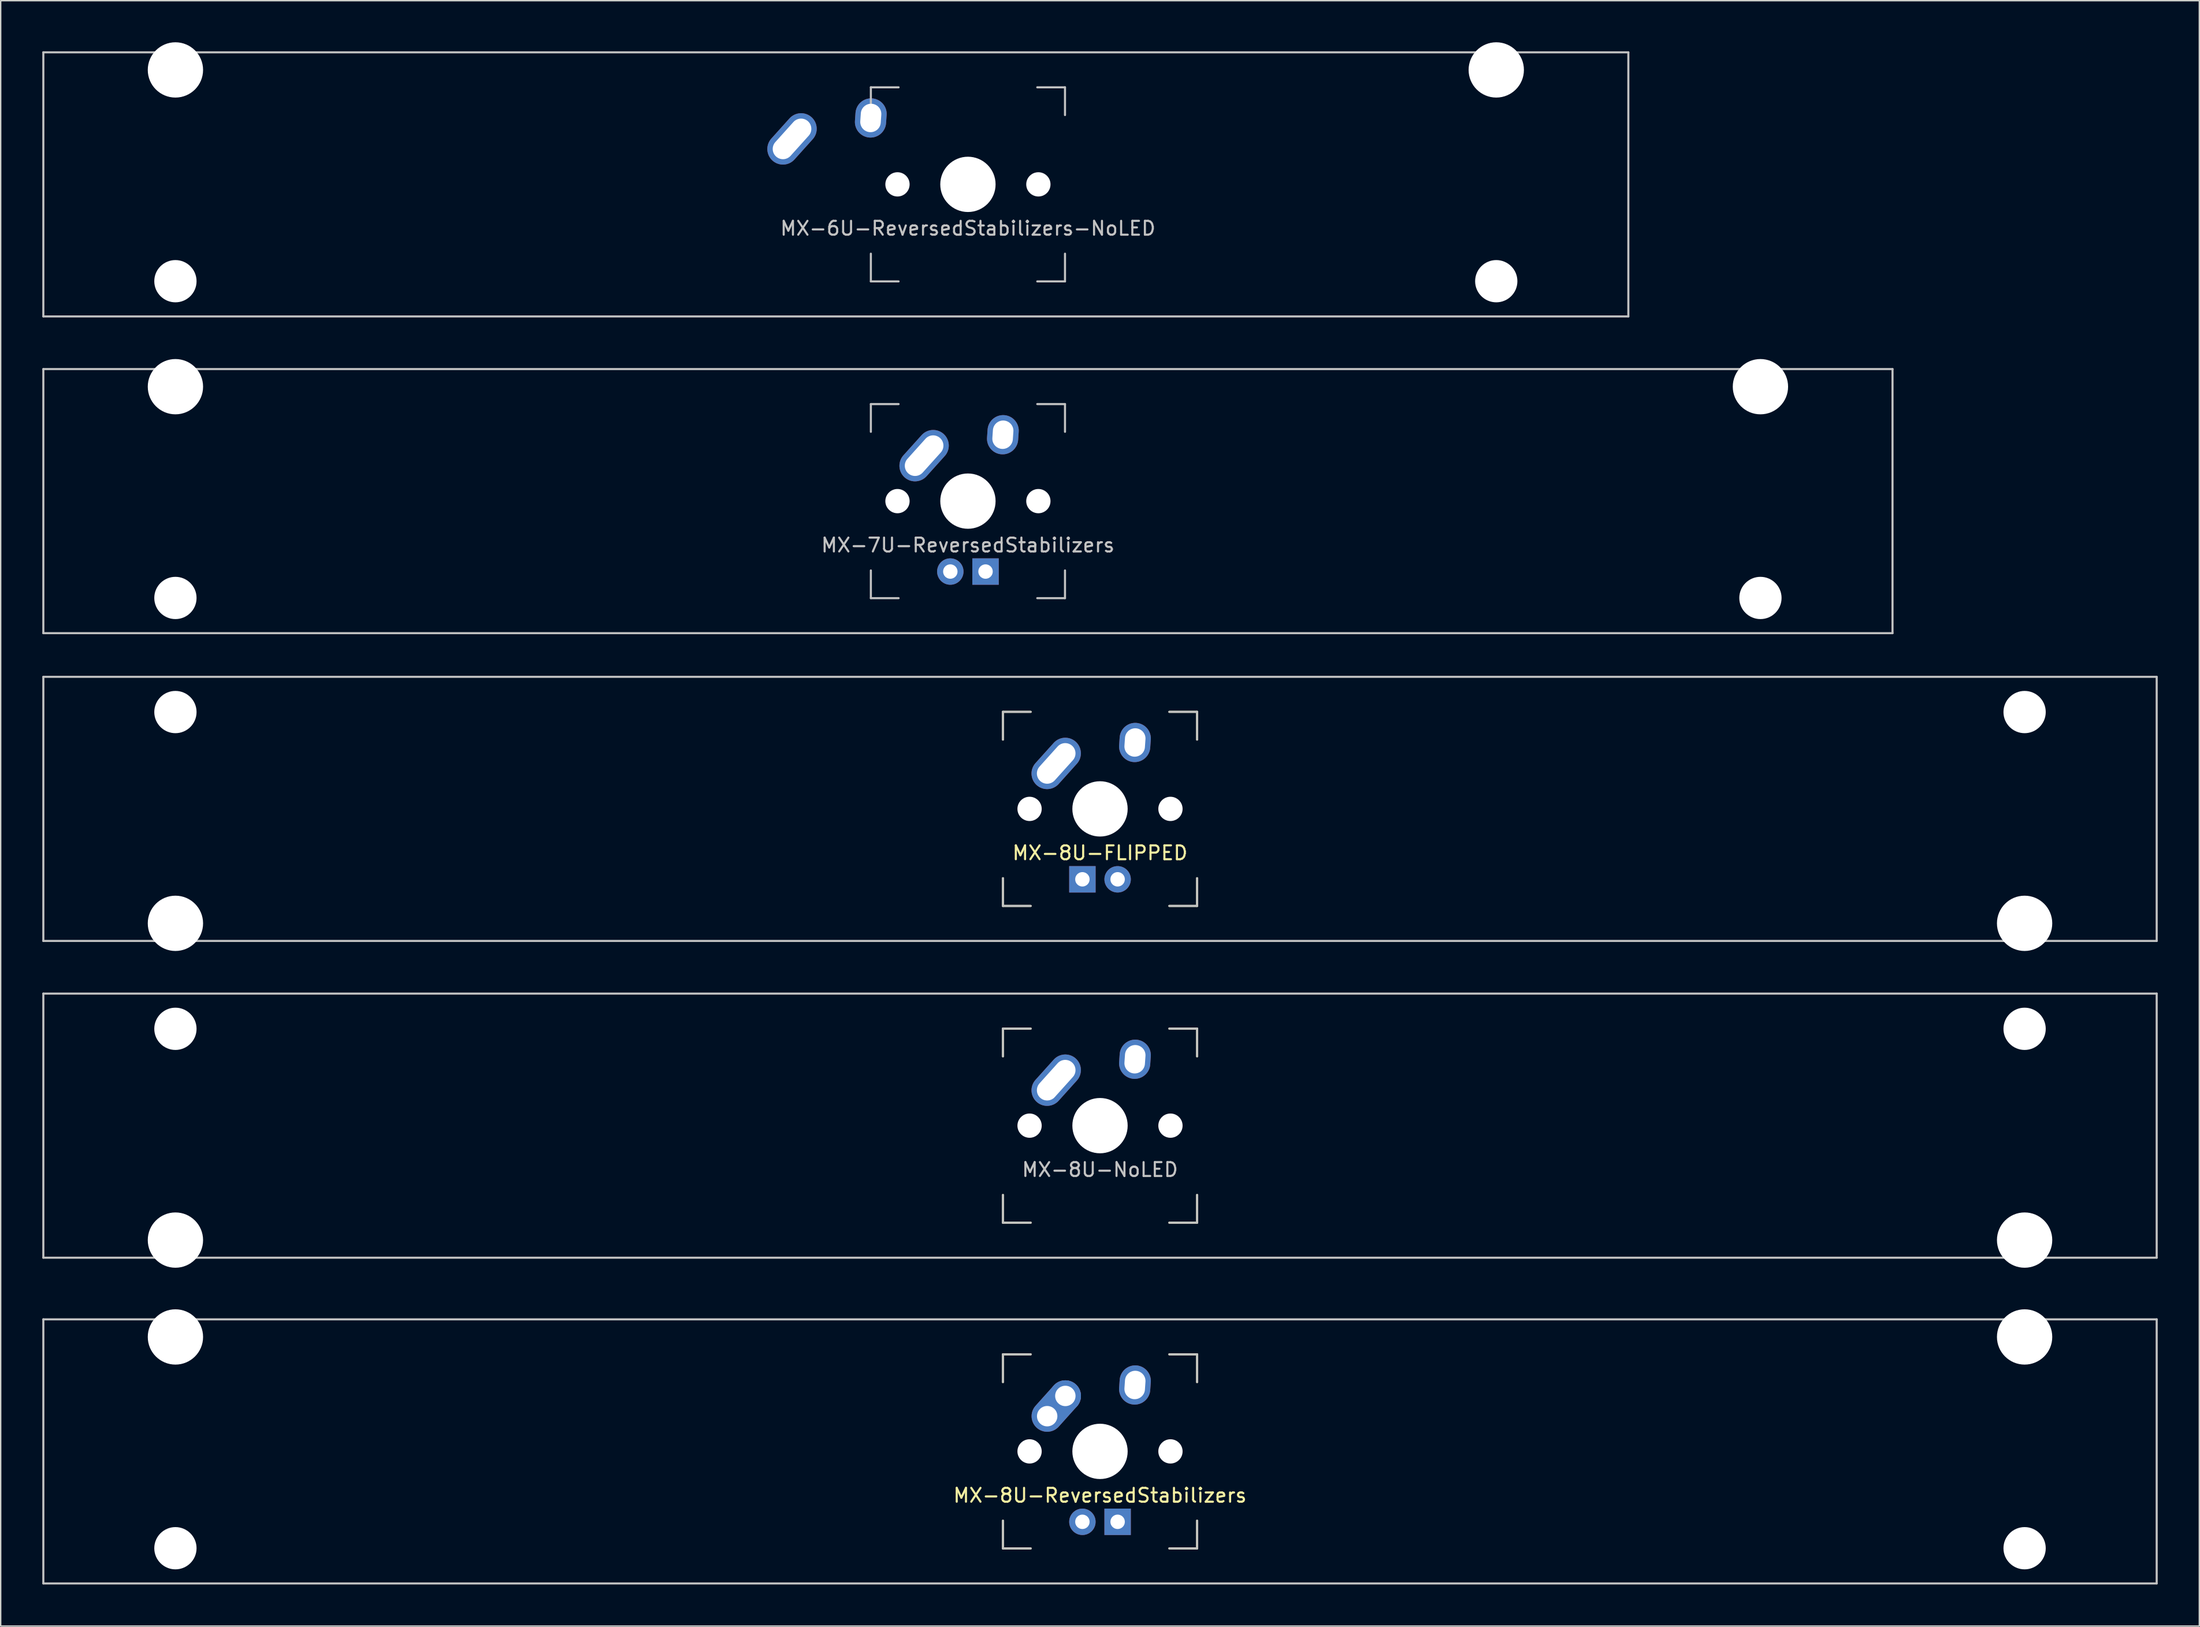
<source format=kicad_pcb>
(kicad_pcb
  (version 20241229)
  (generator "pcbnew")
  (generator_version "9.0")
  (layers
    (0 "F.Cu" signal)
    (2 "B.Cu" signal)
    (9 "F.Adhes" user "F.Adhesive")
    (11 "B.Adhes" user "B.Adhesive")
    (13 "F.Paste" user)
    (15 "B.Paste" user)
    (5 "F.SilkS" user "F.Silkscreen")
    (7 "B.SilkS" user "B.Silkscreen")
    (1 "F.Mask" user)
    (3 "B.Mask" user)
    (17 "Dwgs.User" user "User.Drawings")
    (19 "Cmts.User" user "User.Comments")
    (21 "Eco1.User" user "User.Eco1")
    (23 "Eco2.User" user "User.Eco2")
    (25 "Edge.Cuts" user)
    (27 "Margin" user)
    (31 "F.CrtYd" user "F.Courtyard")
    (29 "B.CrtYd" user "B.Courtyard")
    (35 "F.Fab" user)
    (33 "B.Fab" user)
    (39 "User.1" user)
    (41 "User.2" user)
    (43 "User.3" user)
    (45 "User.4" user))
  (footprint "MX-8U-NoLED"
    (layer "F.Cu")
    (at 76.275 78.147)
    (property "Reference" "MX-8U-NoLED" (at 0 3.175 0) (layer "Dwgs.User") (effects (font (size 1 1) (thickness 0.15))))
    (attr through_hole)
    (fp_line (start -7 -7) (end -7 -5) (stroke (width 0.15) (type solid)) (layer "F.SilkS"))
    (fp_line (start -7 5) (end -7 7) (stroke (width 0.15) (type solid)) (layer "F.SilkS"))
    (fp_line (start -7 7) (end -5 7) (stroke (width 0.15) (type solid)) (layer "F.SilkS"))
    (fp_line (start -5 -7) (end -7 -7) (stroke (width 0.15) (type solid)) (layer "F.SilkS"))
    (fp_line (start 5 -7) (end 7 -7) (stroke (width 0.15) (type solid)) (layer "F.SilkS"))
    (fp_line (start 5 7) (end 7 7) (stroke (width 0.15) (type solid)) (layer "F.SilkS"))
    (fp_line (start 7 -7) (end 7 -5) (stroke (width 0.15) (type solid)) (layer "F.SilkS"))
    (fp_line (start 7 7) (end 7 5) (stroke (width 0.15) (type solid)) (layer "F.SilkS"))
    (fp_line (start -76.2 -9.525) (end 76.2 -9.525) (stroke (width 0.15) (type solid)) (layer "Dwgs.User"))
    (fp_line (start -76.2 9.525) (end -76.2 -9.525) (stroke (width 0.15) (type solid)) (layer "Dwgs.User"))
    (fp_line (start -76.2 9.525) (end 76.2 9.525) (stroke (width 0.15) (type solid)) (layer "Dwgs.User"))
    (fp_line (start -7 -7) (end -7 -5) (stroke (width 0.15) (type solid)) (layer "Dwgs.User"))
    (fp_line (start -7 5) (end -7 7) (stroke (width 0.15) (type solid)) (layer "Dwgs.User"))
    (fp_line (start -7 7) (end -5 7) (stroke (width 0.15) (type solid)) (layer "Dwgs.User"))
    (fp_line (start -5 -7) (end -7 -7) (stroke (width 0.15) (type solid)) (layer "Dwgs.User"))
    (fp_line (start 5 -7) (end 7 -7) (stroke (width 0.15) (type solid)) (layer "Dwgs.User"))
    (fp_line (start 5 7) (end 7 7) (stroke (width 0.15) (type solid)) (layer "Dwgs.User"))
    (fp_line (start 7 -7) (end 7 -5) (stroke (width 0.15) (type solid)) (layer "Dwgs.User"))
    (fp_line (start 7 7) (end 7 5) (stroke (width 0.15) (type solid)) (layer "Dwgs.User"))
    (fp_line (start 76.2 -9.525) (end 76.2 9.525) (stroke (width 0.15) (type solid)) (layer "Dwgs.User"))
    (pad "" np_thru_hole circle (at -66.675 -6.985) (size 3.048 3.048) (drill 3.048) (layers "*.Cu" "*.Mask"))
    (pad "" np_thru_hole circle (at -66.675 8.255) (size 3.988 3.988) (drill 3.988) (layers "*.Cu" "*.Mask"))
    (pad "" np_thru_hole circle (at -5.08 0 48.1) (size 1.75 1.75) (drill 1.75) (layers "*.Cu" "*.Mask"))
    (pad "" np_thru_hole circle (at 0 0) (size 3.988 3.988) (drill 3.988) (layers "*.Cu" "*.Mask"))
    (pad "" np_thru_hole circle (at 5.08 0 48.1) (size 1.75 1.75) (drill 1.75) (layers "*.Cu" "*.Mask"))
    (pad "" np_thru_hole circle (at 66.675 -6.985) (size 3.048 3.048) (drill 3.048) (layers "*.Cu" "*.Mask"))
    (pad "" np_thru_hole circle (at 66.675 8.255) (size 3.988 3.988) (drill 3.988) (layers "*.Cu" "*.Mask"))
    (pad "1" thru_hole oval (at -3.16 -3.28 48) (size 4.21 2.25) (drill oval 3.43 1.48) (layers "*.Cu" "B.Mask"))
    (pad "2" thru_hole oval (at 2.52 -4.79 86) (size 2.831 2.25) (drill oval 2.051 1.48) (layers "*.Cu" "B.Mask")))
  (footprint "MX-7U-ReversedStabilizers"
    (layer "F.Cu")
    (at 66.75 33.098)
    (property "Reference" "MX-7U-ReversedStabilizers" (at 0 3.175 0) (layer "Dwgs.User") (effects (font (size 1 1) (thickness 0.15))))
    (attr through_hole)
    (fp_line (start -66.675 -9.525) (end 66.675 -9.525) (stroke (width 0.15) (type solid)) (layer "Dwgs.User"))
    (fp_line (start -66.675 9.525) (end -66.675 -9.525) (stroke (width 0.15) (type solid)) (layer "Dwgs.User"))
    (fp_line (start -66.675 9.525) (end 66.675 9.525) (stroke (width 0.15) (type solid)) (layer "Dwgs.User"))
    (fp_line (start -7 -7) (end -7 -5) (stroke (width 0.15) (type solid)) (layer "Dwgs.User"))
    (fp_line (start -7 5) (end -7 7) (stroke (width 0.15) (type solid)) (layer "Dwgs.User"))
    (fp_line (start -7 7) (end -5 7) (stroke (width 0.15) (type solid)) (layer "Dwgs.User"))
    (fp_line (start -5 -7) (end -7 -7) (stroke (width 0.15) (type solid)) (layer "Dwgs.User"))
    (fp_line (start 5 -7) (end 7 -7) (stroke (width 0.15) (type solid)) (layer "Dwgs.User"))
    (fp_line (start 5 7) (end 7 7) (stroke (width 0.15) (type solid)) (layer "Dwgs.User"))
    (fp_line (start 7 -7) (end 7 -5) (stroke (width 0.15) (type solid)) (layer "Dwgs.User"))
    (fp_line (start 7 7) (end 7 5) (stroke (width 0.15) (type solid)) (layer "Dwgs.User"))
    (fp_line (start 66.675 -9.525) (end 66.675 9.525) (stroke (width 0.15) (type solid)) (layer "Dwgs.User"))
    (pad "" np_thru_hole circle (at -57.15 -8.255) (size 3.988 3.988) (drill 3.988) (layers "*.Cu" "*.Mask"))
    (pad "" np_thru_hole circle (at -57.15 6.985) (size 3.048 3.048) (drill 3.048) (layers "*.Cu" "*.Mask"))
    (pad "" np_thru_hole circle (at -5.08 0 48.1) (size 1.75 1.75) (drill 1.75) (layers "*.Cu" "*.Mask"))
    (pad "" np_thru_hole circle (at 0 0) (size 3.988 3.988) (drill 3.988) (layers "*.Cu" "*.Mask"))
    (pad "" np_thru_hole circle (at 5.08 0 48.1) (size 1.75 1.75) (drill 1.75) (layers "*.Cu" "*.Mask"))
    (pad "" np_thru_hole circle (at 57.15 -8.255) (size 3.988 3.988) (drill 3.988) (layers "*.Cu" "*.Mask"))
    (pad "" np_thru_hole circle (at 57.15 6.985) (size 3.048 3.048) (drill 3.048) (layers "*.Cu" "*.Mask"))
    (pad "1" thru_hole oval (at -3.16 -3.28 48) (size 4.21 2.25) (drill oval 3.43 1.48) (layers "*.Cu" "B.Mask"))
    (pad "2" thru_hole oval (at 2.52 -4.79 86) (size 2.831 2.25) (drill oval 2.051 1.48) (layers "*.Cu" "B.Mask"))
    (pad "3" thru_hole circle (at -1.27 5.08) (size 1.905 1.905) (drill 1.04) (layers "*.Cu" "B.Mask"))
    (pad "4" thru_hole rect (at 1.27 5.08) (size 1.905 1.905) (drill 1.04) (layers "*.Cu" "B.Mask")))
  (footprint "MX-8U-FLIPPED"
    (layer "F.Cu")
    (at 76.275 55.298)
    (property "Reference" "MX-8U-FLIPPED" (at 0 3.175 0) (layer "F.SilkS") (effects (font (size 1 1) (thickness 0.15))))
    (attr through_hole)
    (fp_line (start -7 -7) (end -7 -5) (stroke (width 0.15) (type solid)) (layer "F.SilkS"))
    (fp_line (start -7 5) (end -7 7) (stroke (width 0.15) (type solid)) (layer "F.SilkS"))
    (fp_line (start -7 7) (end -5 7) (stroke (width 0.15) (type solid)) (layer "F.SilkS"))
    (fp_line (start -5 -7) (end -7 -7) (stroke (width 0.15) (type solid)) (layer "F.SilkS"))
    (fp_line (start 5 -7) (end 7 -7) (stroke (width 0.15) (type solid)) (layer "F.SilkS"))
    (fp_line (start 5 7) (end 7 7) (stroke (width 0.15) (type solid)) (layer "F.SilkS"))
    (fp_line (start 7 -7) (end 7 -5) (stroke (width 0.15) (type solid)) (layer "F.SilkS"))
    (fp_line (start 7 7) (end 7 5) (stroke (width 0.15) (type solid)) (layer "F.SilkS"))
    (fp_line (start -76.2 -9.525) (end 76.2 -9.525) (stroke (width 0.15) (type solid)) (layer "Dwgs.User"))
    (fp_line (start -76.2 9.525) (end -76.2 -9.525) (stroke (width 0.15) (type solid)) (layer "Dwgs.User"))
    (fp_line (start -76.2 9.525) (end 76.2 9.525) (stroke (width 0.15) (type solid)) (layer "Dwgs.User"))
    (fp_line (start -7 -7) (end -7 -5) (stroke (width 0.15) (type solid)) (layer "Dwgs.User"))
    (fp_line (start -7 5) (end -7 7) (stroke (width 0.15) (type solid)) (layer "Dwgs.User"))
    (fp_line (start -7 7) (end -5 7) (stroke (width 0.15) (type solid)) (layer "Dwgs.User"))
    (fp_line (start -5 -7) (end -7 -7) (stroke (width 0.15) (type solid)) (layer "Dwgs.User"))
    (fp_line (start 5 -7) (end 7 -7) (stroke (width 0.15) (type solid)) (layer "Dwgs.User"))
    (fp_line (start 5 7) (end 7 7) (stroke (width 0.15) (type solid)) (layer "Dwgs.User"))
    (fp_line (start 7 -7) (end 7 -5) (stroke (width 0.15) (type solid)) (layer "Dwgs.User"))
    (fp_line (start 7 7) (end 7 5) (stroke (width 0.15) (type solid)) (layer "Dwgs.User"))
    (fp_line (start 76.2 -9.525) (end 76.2 9.525) (stroke (width 0.15) (type solid)) (layer "Dwgs.User"))
    (pad "" np_thru_hole circle (at -66.675 -6.985) (size 3.048 3.048) (drill 3.048) (layers "*.Cu" "*.Mask"))
    (pad "" np_thru_hole circle (at -66.675 8.255) (size 3.988 3.988) (drill 3.988) (layers "*.Cu" "*.Mask"))
    (pad "" np_thru_hole circle (at -5.08 0 48.1) (size 1.75 1.75) (drill 1.75) (layers "*.Cu" "*.Mask"))
    (pad "" np_thru_hole circle (at 0 0) (size 3.988 3.988) (drill 3.988) (layers "*.Cu" "*.Mask"))
    (pad "" np_thru_hole circle (at 5.08 0 48.1) (size 1.75 1.75) (drill 1.75) (layers "*.Cu" "*.Mask"))
    (pad "" np_thru_hole circle (at 66.675 -6.985) (size 3.048 3.048) (drill 3.048) (layers "*.Cu" "*.Mask"))
    (pad "" np_thru_hole circle (at 66.675 8.255) (size 3.988 3.988) (drill 3.988) (layers "*.Cu" "*.Mask"))
    (pad "1" thru_hole oval (at -3.16 -3.28 48) (size 4.21 2.25) (drill oval 3.43 1.48) (layers "*.Cu" "B.Mask"))
    (pad "2" thru_hole oval (at 2.52 -4.79 86) (size 2.831 2.25) (drill oval 2.051 1.48) (layers "*.Cu" "B.Mask"))
    (pad "3" thru_hole circle (at 1.27 5.08) (size 1.905 1.905) (drill 1.04) (layers "*.Cu" "B.Mask"))
    (pad "4" thru_hole rect (at -1.27 5.08) (size 1.905 1.905) (drill 1.04) (layers "*.Cu" "B.Mask")))
  (footprint "MX-8U-ReversedStabilizers"
    (layer "F.Cu")
    (at 76.275 101.644)
    (property "Reference" "MX-8U-ReversedStabilizers" (at 0 3.175 0) (layer "F.SilkS") (effects (font (size 1 1) (thickness 0.15))))
    (attr through_hole)
    (fp_line (start -7 -7) (end -7 -5) (stroke (width 0.15) (type solid)) (layer "F.SilkS"))
    (fp_line (start -7 5) (end -7 7) (stroke (width 0.15) (type solid)) (layer "F.SilkS"))
    (fp_line (start -7 7) (end -5 7) (stroke (width 0.15) (type solid)) (layer "F.SilkS"))
    (fp_line (start -5 -7) (end -7 -7) (stroke (width 0.15) (type solid)) (layer "F.SilkS"))
    (fp_line (start 5 -7) (end 7 -7) (stroke (width 0.15) (type solid)) (layer "F.SilkS"))
    (fp_line (start 5 7) (end 7 7) (stroke (width 0.15) (type solid)) (layer "F.SilkS"))
    (fp_line (start 7 -7) (end 7 -5) (stroke (width 0.15) (type solid)) (layer "F.SilkS"))
    (fp_line (start 7 7) (end 7 5) (stroke (width 0.15) (type solid)) (layer "F.SilkS"))
    (fp_line (start -76.2 -9.525) (end 76.2 -9.525) (stroke (width 0.15) (type solid)) (layer "Dwgs.User"))
    (fp_line (start -76.2 9.525) (end -76.2 -9.525) (stroke (width 0.15) (type solid)) (layer "Dwgs.User"))
    (fp_line (start -76.2 9.525) (end 76.2 9.525) (stroke (width 0.15) (type solid)) (layer "Dwgs.User"))
    (fp_line (start -7 -7) (end -7 -5) (stroke (width 0.15) (type solid)) (layer "Dwgs.User"))
    (fp_line (start -7 5) (end -7 7) (stroke (width 0.15) (type solid)) (layer "Dwgs.User"))
    (fp_line (start -7 7) (end -5 7) (stroke (width 0.15) (type solid)) (layer "Dwgs.User"))
    (fp_line (start -5 -7) (end -7 -7) (stroke (width 0.15) (type solid)) (layer "Dwgs.User"))
    (fp_line (start 5 -7) (end 7 -7) (stroke (width 0.15) (type solid)) (layer "Dwgs.User"))
    (fp_line (start 5 7) (end 7 7) (stroke (width 0.15) (type solid)) (layer "Dwgs.User"))
    (fp_line (start 7 -7) (end 7 -5) (stroke (width 0.15) (type solid)) (layer "Dwgs.User"))
    (fp_line (start 7 7) (end 7 5) (stroke (width 0.15) (type solid)) (layer "Dwgs.User"))
    (fp_line (start 76.2 -9.525) (end 76.2 9.525) (stroke (width 0.15) (type solid)) (layer "Dwgs.User"))
    (pad "" np_thru_hole circle (at -66.675 -8.255) (size 3.988 3.988) (drill 3.988) (layers "*.Cu" "*.Mask"))
    (pad "" np_thru_hole circle (at -66.675 6.985) (size 3.048 3.048) (drill 3.048) (layers "*.Cu" "*.Mask"))
    (pad "" np_thru_hole circle (at -5.08 0 48.1) (size 1.75 1.75) (drill 1.75) (layers "*.Cu" "*.Mask"))
    (pad "" np_thru_hole circle (at 0 0) (size 3.988 3.988) (drill 3.988) (layers "*.Cu" "*.Mask"))
    (pad "" np_thru_hole circle (at 5.08 0 48.1) (size 1.75 1.75) (drill 1.75) (layers "*.Cu" "*.Mask"))
    (pad "" np_thru_hole circle (at 66.675 -8.255) (size 3.988 3.988) (drill 3.988) (layers "*.Cu" "*.Mask"))
    (pad "" np_thru_hole circle (at 66.675 6.985) (size 3.048 3.048) (drill 3.048) (layers "*.Cu" "*.Mask"))
    (pad "1" thru_hole oval (at -3.81 -2.54 48.1) (size 4.212 2.25) (drill 1.47 (offset 0.981 0)) (layers "*.Cu" "*.Mask"))
    (pad "1" thru_hole circle (at -2.5 -4) (size 2.25 2.25) (drill 1.47) (layers "*.Cu" "*.Mask"))
    (pad "2" thru_hole oval (at 2.52 -4.79 86) (size 2.831 2.25) (drill oval 2.051 1.48) (layers "*.Cu" "*.Mask"))
    (pad "3" thru_hole circle (at -1.27 5.08) (size 1.905 1.905) (drill 1.04) (layers "*.Cu" "*.Mask"))
    (pad "4" thru_hole rect (at 1.27 5.08) (size 1.905 1.905) (drill 1.04) (layers "*.Cu" "*.Mask")))
  (footprint "MX-6U-ReversedStabilizers-NoLED"
    (layer "F.Cu")
    (at 57.225 10.249)
    (property "Reference" "MX-6U-ReversedStabilizers-NoLED" (at 9.525 3.175 0) (layer "Dwgs.User") (effects (font (size 1 1) (thickness 0.15))))
    (attr through_hole)
    (fp_line (start -57.15 -9.525) (end 57.15 -9.525) (stroke (width 0.15) (type solid)) (layer "Dwgs.User"))
    (fp_line (start -57.15 9.525) (end -57.15 -9.525) (stroke (width 0.15) (type solid)) (layer "Dwgs.User"))
    (fp_line (start -57.15 9.525) (end 57.15 9.525) (stroke (width 0.15) (type solid)) (layer "Dwgs.User"))
    (fp_line (start 2.525 -7) (end 2.525 -5) (stroke (width 0.15) (type solid)) (layer "Dwgs.User"))
    (fp_line (start 2.525 5) (end 2.525 7) (stroke (width 0.15) (type solid)) (layer "Dwgs.User"))
    (fp_line (start 2.525 7) (end 4.525 7) (stroke (width 0.15) (type solid)) (layer "Dwgs.User"))
    (fp_line (start 4.525 -7) (end 2.525 -7) (stroke (width 0.15) (type solid)) (layer "Dwgs.User"))
    (fp_line (start 14.525 -7) (end 16.525 -7) (stroke (width 0.15) (type solid)) (layer "Dwgs.User"))
    (fp_line (start 14.525 7) (end 16.525 7) (stroke (width 0.15) (type solid)) (layer "Dwgs.User"))
    (fp_line (start 16.525 -7) (end 16.525 -5) (stroke (width 0.15) (type solid)) (layer "Dwgs.User"))
    (fp_line (start 16.525 7) (end 16.525 5) (stroke (width 0.15) (type solid)) (layer "Dwgs.User"))
    (fp_line (start 57.15 -9.525) (end 57.15 9.525) (stroke (width 0.15) (type solid)) (layer "Dwgs.User"))
    (pad "" np_thru_hole circle (at -47.625 -8.255) (size 3.988 3.988) (drill 3.988) (layers "*.Cu" "*.Mask"))
    (pad "" np_thru_hole circle (at -47.625 6.985) (size 3.048 3.048) (drill 3.048) (layers "*.Cu" "*.Mask"))
    (pad "" np_thru_hole circle (at 4.445 0 48.1) (size 1.75 1.75) (drill 1.75) (layers "*.Cu" "*.Mask"))
    (pad "" np_thru_hole circle (at 9.525 0) (size 3.988 3.988) (drill 3.988) (layers "*.Cu" "*.Mask"))
    (pad "" np_thru_hole circle (at 14.605 0 48.1) (size 1.75 1.75) (drill 1.75) (layers "*.Cu" "*.Mask"))
    (pad "" np_thru_hole circle (at 47.625 -8.255) (size 3.988 3.988) (drill 3.988) (layers "*.Cu" "*.Mask"))
    (pad "" np_thru_hole circle (at 47.625 6.985) (size 3.048 3.048) (drill 3.048) (layers "*.Cu" "*.Mask"))
    (pad "1" thru_hole oval (at -3.16 -3.28 48) (size 4.21 2.25) (drill oval 3.43 1.48) (layers "*.Cu" "B.Mask"))
    (pad "2" thru_hole oval (at 2.52 -4.79 86) (size 2.831 2.25) (drill oval 2.051 1.48) (layers "*.Cu" "B.Mask")))
  (gr_rect
    (start -3 -3)
    (end 155.55 114.245)
    (stroke (width 0.1) (type default))
    (fill no)
    (layer "Edge.Cuts")))
</source>
